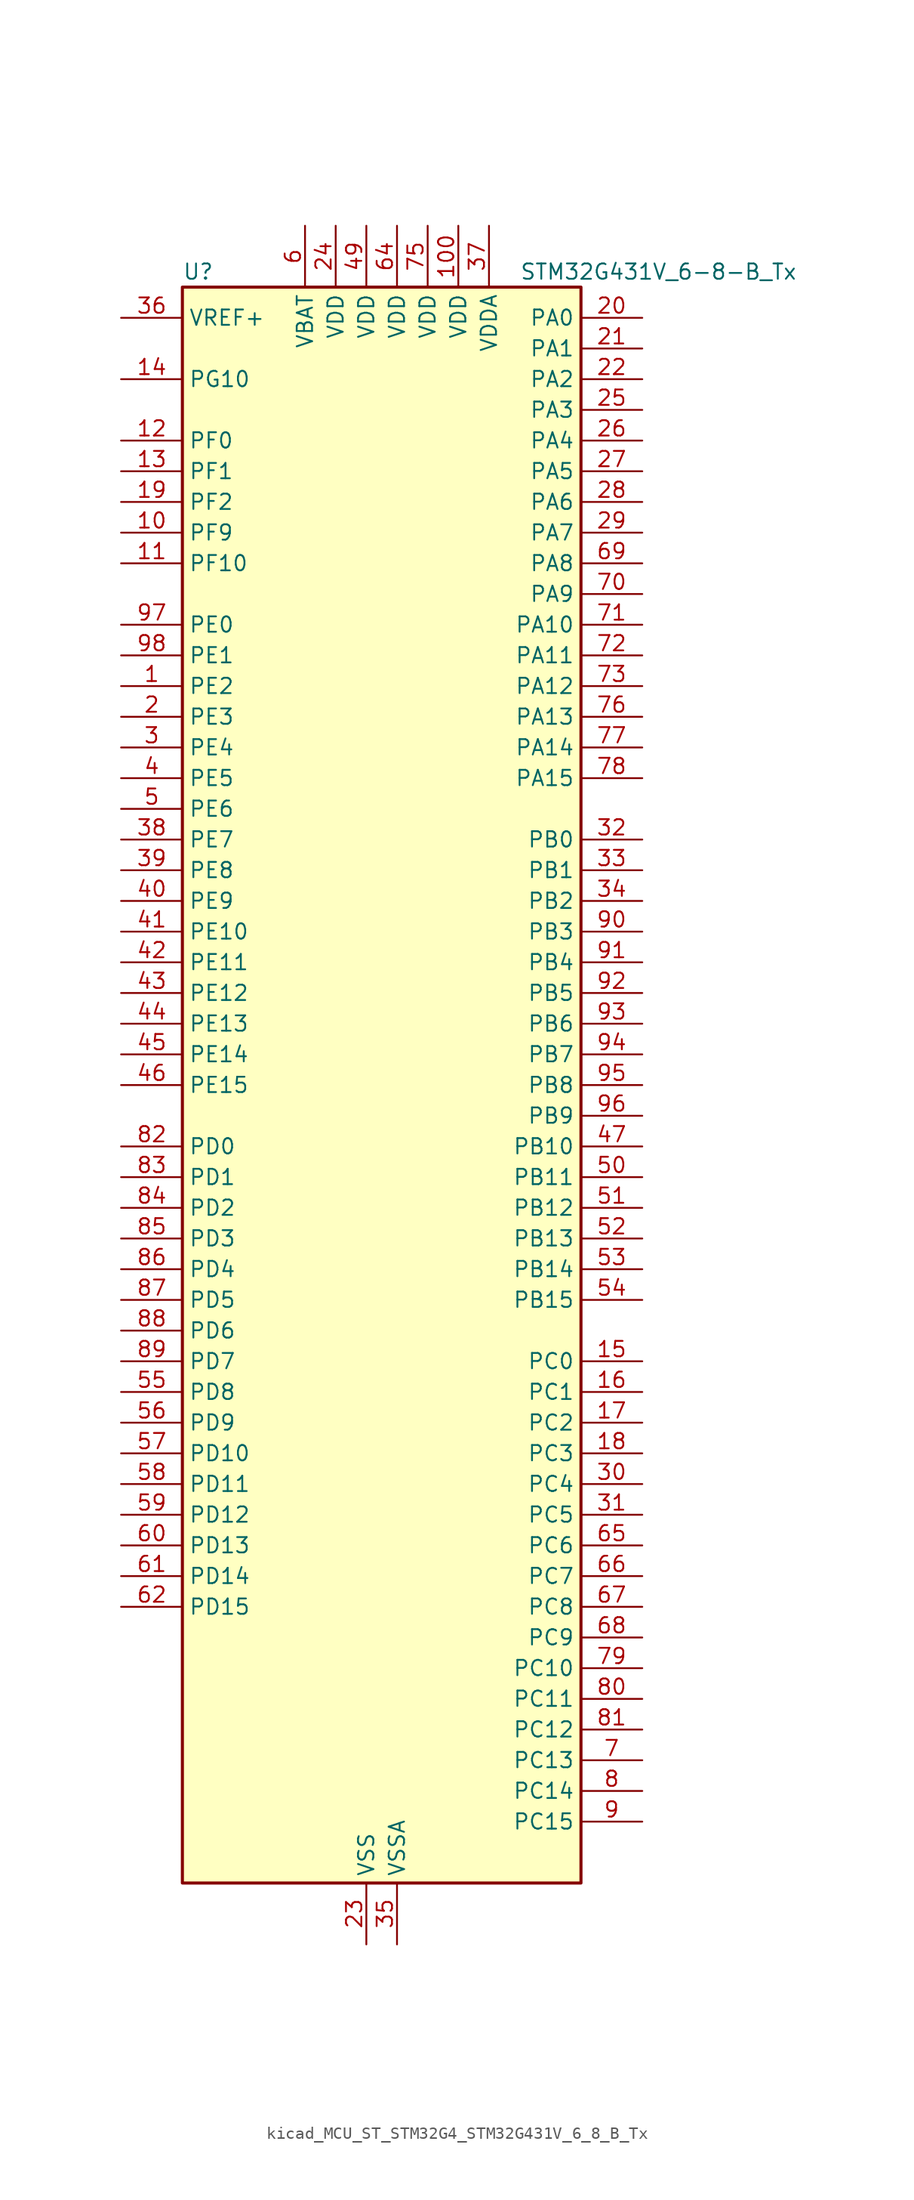
<source format=kicad_sym>
(kicad_symbol_lib
  (version 20220914)
  (generator kicad_symbol_editor)
  (symbol "kicad_MCU_ST_STM32G4_STM32G431V_6_8_B_Tx"
    (property "Reference" "U"
      (at -15.24 67.31 0)
      (effects (font (size 1.27 1.27)) (justify left)))
    (property "Value" "STM32G431V_6-8-B_Tx"
      (at 12.7 67.31 0)
      (effects (font (size 1.27 1.27)) (justify left)))
    (property "ki_locked" ""
      (at 0 0 0)
      (effects (font (size 1.27 1.27))))
    (symbol "kicad_MCU_ST_STM32G4_STM32G431V_6_8_B_Tx_0_1"
      (rectangle (start -15.24 -66.04) (end 17.78 66.04) (stroke (width 0.254) (type default)) (fill (type background))))
    (symbol "kicad_MCU_ST_STM32G4_STM32G431V_6_8_B_Tx_1_1"
      (pin bidirectional line (at -20.32 33.02 0) (length 5.08) (name "PE2" (effects (font (size 1.27 1.27)))) (number "1" (effects (font (size 1.27 1.27)))) (alternate "SAI1_CK1" bidirectional line) (alternate "SAI1_MCLK_A" bidirectional line) (alternate "SYS_TRACECLK" bidirectional line) (alternate "TIM3_CH1" bidirectional line))
      (pin bidirectional line (at -20.32 45.72 0) (length 5.08) (name "PF9" (effects (font (size 1.27 1.27)))) (number "10" (effects (font (size 1.27 1.27)))) (alternate "DAC1_EXTI9" bidirectional line) (alternate "DAC3_EXTI9" bidirectional line) (alternate "SAI1_FS_B" bidirectional line) (alternate "SPI2_SCK" bidirectional line) (alternate "TIM15_CH1" bidirectional line))
      (pin power_in line (at 7.62 71.12 270) (length 5.08) (name "VDD" (effects (font (size 1.27 1.27)))) (number "100" (effects (font (size 1.27 1.27)))))
      (pin bidirectional line (at -20.32 43.18 0) (length 5.08) (name "PF10" (effects (font (size 1.27 1.27)))) (number "11" (effects (font (size 1.27 1.27)))) (alternate "DAC1_EXTI10" bidirectional line) (alternate "DAC3_EXTI10" bidirectional line) (alternate "SAI1_D3" bidirectional line) (alternate "SPI2_SCK" bidirectional line) (alternate "TIM15_CH2" bidirectional line))
      (pin bidirectional line (at -20.32 53.34 0) (length 5.08) (name "PF0" (effects (font (size 1.27 1.27)))) (number "12" (effects (font (size 1.27 1.27)))) (alternate "ADC1_IN10" bidirectional line) (alternate "I2C2_SDA" bidirectional line) (alternate "I2S2_WS" bidirectional line) (alternate "RCC_OSC_IN" bidirectional line) (alternate "SPI2_NSS" bidirectional line) (alternate "TIM1_CH3N" bidirectional line))
      (pin bidirectional line (at -20.32 50.8 0) (length 5.08) (name "PF1" (effects (font (size 1.27 1.27)))) (number "13" (effects (font (size 1.27 1.27)))) (alternate "ADC2_IN10" bidirectional line) (alternate "COMP3_INM" bidirectional line) (alternate "I2S2_CK" bidirectional line) (alternate "RCC_OSC_OUT" bidirectional line) (alternate "SPI2_SCK" bidirectional line))
      (pin bidirectional line (at -20.32 58.42 0) (length 5.08) (name "PG10" (effects (font (size 1.27 1.27)))) (number "14" (effects (font (size 1.27 1.27)))) (alternate "DAC1_EXTI10" bidirectional line) (alternate "DAC3_EXTI10" bidirectional line) (alternate "RCC_MCO" bidirectional line))
      (pin bidirectional line (at 22.86 -22.86 180) (length 5.08) (name "PC0" (effects (font (size 1.27 1.27)))) (number "15" (effects (font (size 1.27 1.27)))) (alternate "ADC1_IN6" bidirectional line) (alternate "ADC2_IN6" bidirectional line) (alternate "COMP3_INM" bidirectional line) (alternate "LPTIM1_IN1" bidirectional line) (alternate "LPUART1_RX" bidirectional line) (alternate "TIM1_CH1" bidirectional line))
      (pin bidirectional line (at 22.86 -25.4 180) (length 5.08) (name "PC1" (effects (font (size 1.27 1.27)))) (number "16" (effects (font (size 1.27 1.27)))) (alternate "ADC1_IN7" bidirectional line) (alternate "ADC2_IN7" bidirectional line) (alternate "COMP3_INP" bidirectional line) (alternate "LPTIM1_OUT" bidirectional line) (alternate "LPUART1_TX" bidirectional line) (alternate "SAI1_SD_A" bidirectional line) (alternate "TIM1_CH2" bidirectional line))
      (pin bidirectional line (at 22.86 -27.94 180) (length 5.08) (name "PC2" (effects (font (size 1.27 1.27)))) (number "17" (effects (font (size 1.27 1.27)))) (alternate "ADC1_IN8" bidirectional line) (alternate "ADC2_IN8" bidirectional line) (alternate "COMP3_OUT" bidirectional line) (alternate "LPTIM1_IN2" bidirectional line) (alternate "TIM1_CH3" bidirectional line))
      (pin bidirectional line (at 22.86 -30.48 180) (length 5.08) (name "PC3" (effects (font (size 1.27 1.27)))) (number "18" (effects (font (size 1.27 1.27)))) (alternate "ADC1_IN9" bidirectional line) (alternate "ADC2_IN9" bidirectional line) (alternate "LPTIM1_ETR" bidirectional line) (alternate "SAI1_D1" bidirectional line) (alternate "SAI1_SD_A" bidirectional line) (alternate "TIM1_BKIN2" bidirectional line) (alternate "TIM1_CH4" bidirectional line))
      (pin bidirectional line (at -20.32 48.26 0) (length 5.08) (name "PF2" (effects (font (size 1.27 1.27)))) (number "19" (effects (font (size 1.27 1.27)))) (alternate "I2C2_SMBA" bidirectional line))
      (pin bidirectional line (at -20.32 30.48 0) (length 5.08) (name "PE3" (effects (font (size 1.27 1.27)))) (number "2" (effects (font (size 1.27 1.27)))) (alternate "SAI1_SD_B" bidirectional line) (alternate "SYS_TRACED0" bidirectional line) (alternate "TIM3_CH2" bidirectional line))
      (pin bidirectional line (at 22.86 63.5 180) (length 5.08) (name "PA0" (effects (font (size 1.27 1.27)))) (number "20" (effects (font (size 1.27 1.27)))) (alternate "ADC1_IN1" bidirectional line) (alternate "ADC2_IN1" bidirectional line) (alternate "COMP1_INM" bidirectional line) (alternate "COMP1_OUT" bidirectional line) (alternate "COMP3_INP" bidirectional line) (alternate "RTC_TAMP2" bidirectional line) (alternate "SYS_WKUP1" bidirectional line) (alternate "TIM2_CH1" bidirectional line) (alternate "TIM2_ETR" bidirectional line) (alternate "TIM8_BKIN" bidirectional line) (alternate "TIM8_ETR" bidirectional line) (alternate "USART2_CTS" bidirectional line) (alternate "USART2_NSS" bidirectional line))
      (pin bidirectional line (at 22.86 60.96 180) (length 5.08) (name "PA1" (effects (font (size 1.27 1.27)))) (number "21" (effects (font (size 1.27 1.27)))) (alternate "ADC1_IN2" bidirectional line) (alternate "ADC2_IN2" bidirectional line) (alternate "COMP1_INP" bidirectional line) (alternate "OPAMP1_VINP" bidirectional line) (alternate "OPAMP1_VINP_SEC" bidirectional line) (alternate "OPAMP3_VINP" bidirectional line) (alternate "OPAMP3_VINP_SEC" bidirectional line) (alternate "RTC_REFIN" bidirectional line) (alternate "TIM15_CH1N" bidirectional line) (alternate "TIM2_CH2" bidirectional line) (alternate "USART2_DE" bidirectional line) (alternate "USART2_RTS" bidirectional line))
      (pin bidirectional line (at 22.86 58.42 180) (length 5.08) (name "PA2" (effects (font (size 1.27 1.27)))) (number "22" (effects (font (size 1.27 1.27)))) (alternate "ADC1_IN3" bidirectional line) (alternate "COMP2_INM" bidirectional line) (alternate "COMP2_OUT" bidirectional line) (alternate "LPUART1_TX" bidirectional line) (alternate "OPAMP1_VOUT" bidirectional line) (alternate "RCC_LSCO" bidirectional line) (alternate "SYS_WKUP4" bidirectional line) (alternate "TIM15_CH1" bidirectional line) (alternate "TIM2_CH3" bidirectional line) (alternate "UCPD1_FRSTX1" bidirectional line) (alternate "UCPD1_FRSTX2" bidirectional line) (alternate "USART2_TX" bidirectional line))
      (pin power_in line (at 0 -71.12 90) (length 5.08) (name "VSS" (effects (font (size 1.27 1.27)))) (number "23" (effects (font (size 1.27 1.27)))))
      (pin power_in line (at -2.54 71.12 270) (length 5.08) (name "VDD" (effects (font (size 1.27 1.27)))) (number "24" (effects (font (size 1.27 1.27)))))
      (pin bidirectional line (at 22.86 55.88 180) (length 5.08) (name "PA3" (effects (font (size 1.27 1.27)))) (number "25" (effects (font (size 1.27 1.27)))) (alternate "ADC1_IN4" bidirectional line) (alternate "COMP2_INP" bidirectional line) (alternate "LPUART1_RX" bidirectional line) (alternate "OPAMP1_VINM" bidirectional line) (alternate "OPAMP1_VINM0" bidirectional line) (alternate "OPAMP1_VINM_SEC" bidirectional line) (alternate "OPAMP1_VINP" bidirectional line) (alternate "OPAMP1_VINP_SEC" bidirectional line) (alternate "SAI1_CK1" bidirectional line) (alternate "SAI1_MCLK_A" bidirectional line) (alternate "TIM15_CH2" bidirectional line) (alternate "TIM2_CH4" bidirectional line) (alternate "USART2_RX" bidirectional line))
      (pin bidirectional line (at 22.86 53.34 180) (length 5.08) (name "PA4" (effects (font (size 1.27 1.27)))) (number "26" (effects (font (size 1.27 1.27)))) (alternate "ADC2_IN17" bidirectional line) (alternate "COMP1_INM" bidirectional line) (alternate "DAC1_OUT1" bidirectional line) (alternate "I2S3_WS" bidirectional line) (alternate "SAI1_FS_B" bidirectional line) (alternate "SPI1_NSS" bidirectional line) (alternate "SPI3_NSS" bidirectional line) (alternate "TIM3_CH2" bidirectional line) (alternate "USART2_CK" bidirectional line))
      (pin bidirectional line (at 22.86 50.8 180) (length 5.08) (name "PA5" (effects (font (size 1.27 1.27)))) (number "27" (effects (font (size 1.27 1.27)))) (alternate "ADC2_IN13" bidirectional line) (alternate "COMP2_INM" bidirectional line) (alternate "DAC1_OUT2" bidirectional line) (alternate "OPAMP2_VINM" bidirectional line) (alternate "OPAMP2_VINM0" bidirectional line) (alternate "OPAMP2_VINM_SEC" bidirectional line) (alternate "SPI1_SCK" bidirectional line) (alternate "TIM2_CH1" bidirectional line) (alternate "TIM2_ETR" bidirectional line) (alternate "UCPD1_FRSTX1" bidirectional line) (alternate "UCPD1_FRSTX2" bidirectional line))
      (pin bidirectional line (at 22.86 48.26 180) (length 5.08) (name "PA6" (effects (font (size 1.27 1.27)))) (number "28" (effects (font (size 1.27 1.27)))) (alternate "ADC2_IN3" bidirectional line) (alternate "COMP1_OUT" bidirectional line) (alternate "LPUART1_CTS" bidirectional line) (alternate "OPAMP2_VOUT" bidirectional line) (alternate "SPI1_MISO" bidirectional line) (alternate "TIM16_CH1" bidirectional line) (alternate "TIM1_BKIN" bidirectional line) (alternate "TIM3_CH1" bidirectional line) (alternate "TIM8_BKIN" bidirectional line))
      (pin bidirectional line (at 22.86 45.72 180) (length 5.08) (name "PA7" (effects (font (size 1.27 1.27)))) (number "29" (effects (font (size 1.27 1.27)))) (alternate "ADC2_IN4" bidirectional line) (alternate "COMP2_INP" bidirectional line) (alternate "COMP2_OUT" bidirectional line) (alternate "OPAMP1_VINP" bidirectional line) (alternate "OPAMP1_VINP_SEC" bidirectional line) (alternate "OPAMP2_VINP" bidirectional line) (alternate "OPAMP2_VINP_SEC" bidirectional line) (alternate "SPI1_MOSI" bidirectional line) (alternate "TIM17_CH1" bidirectional line) (alternate "TIM1_CH1N" bidirectional line) (alternate "TIM3_CH2" bidirectional line) (alternate "TIM8_CH1N" bidirectional line) (alternate "UCPD1_FRSTX1" bidirectional line) (alternate "UCPD1_FRSTX2" bidirectional line))
      (pin bidirectional line (at -20.32 27.94 0) (length 5.08) (name "PE4" (effects (font (size 1.27 1.27)))) (number "3" (effects (font (size 1.27 1.27)))) (alternate "SAI1_D2" bidirectional line) (alternate "SAI1_FS_A" bidirectional line) (alternate "SYS_TRACED1" bidirectional line) (alternate "TIM3_CH3" bidirectional line))
      (pin bidirectional line (at 22.86 -33.02 180) (length 5.08) (name "PC4" (effects (font (size 1.27 1.27)))) (number "30" (effects (font (size 1.27 1.27)))) (alternate "ADC2_IN5" bidirectional line) (alternate "I2C2_SCL" bidirectional line) (alternate "TIM1_ETR" bidirectional line) (alternate "USART1_TX" bidirectional line))
      (pin bidirectional line (at 22.86 -35.56 180) (length 5.08) (name "PC5" (effects (font (size 1.27 1.27)))) (number "31" (effects (font (size 1.27 1.27)))) (alternate "ADC2_IN11" bidirectional line) (alternate "OPAMP1_VINM" bidirectional line) (alternate "OPAMP1_VINM1" bidirectional line) (alternate "OPAMP1_VINM_SEC" bidirectional line) (alternate "OPAMP2_VINM" bidirectional line) (alternate "OPAMP2_VINM1" bidirectional line) (alternate "OPAMP2_VINM_SEC" bidirectional line) (alternate "SAI1_D3" bidirectional line) (alternate "SYS_WKUP5" bidirectional line) (alternate "TIM15_BKIN" bidirectional line) (alternate "TIM1_CH4N" bidirectional line) (alternate "USART1_RX" bidirectional line))
      (pin bidirectional line (at 22.86 20.32 180) (length 5.08) (name "PB0" (effects (font (size 1.27 1.27)))) (number "32" (effects (font (size 1.27 1.27)))) (alternate "ADC1_IN15" bidirectional line) (alternate "COMP4_INP" bidirectional line) (alternate "OPAMP2_VINP" bidirectional line) (alternate "OPAMP2_VINP_SEC" bidirectional line) (alternate "OPAMP3_VINP" bidirectional line) (alternate "OPAMP3_VINP_SEC" bidirectional line) (alternate "TIM1_CH2N" bidirectional line) (alternate "TIM3_CH3" bidirectional line) (alternate "TIM8_CH2N" bidirectional line) (alternate "UCPD1_FRSTX1" bidirectional line) (alternate "UCPD1_FRSTX2" bidirectional line))
      (pin bidirectional line (at 22.86 17.78 180) (length 5.08) (name "PB1" (effects (font (size 1.27 1.27)))) (number "33" (effects (font (size 1.27 1.27)))) (alternate "ADC1_IN12" bidirectional line) (alternate "COMP1_INP" bidirectional line) (alternate "COMP4_OUT" bidirectional line) (alternate "LPUART1_DE" bidirectional line) (alternate "LPUART1_RTS" bidirectional line) (alternate "OPAMP3_VOUT" bidirectional line) (alternate "TIM1_CH3N" bidirectional line) (alternate "TIM3_CH4" bidirectional line) (alternate "TIM8_CH3N" bidirectional line))
      (pin bidirectional line (at 22.86 15.24 180) (length 5.08) (name "PB2" (effects (font (size 1.27 1.27)))) (number "34" (effects (font (size 1.27 1.27)))) (alternate "ADC2_IN12" bidirectional line) (alternate "COMP4_INM" bidirectional line) (alternate "I2C3_SMBA" bidirectional line) (alternate "LPTIM1_OUT" bidirectional line) (alternate "OPAMP3_VINM" bidirectional line) (alternate "OPAMP3_VINM0" bidirectional line) (alternate "OPAMP3_VINM_SEC" bidirectional line) (alternate "RTC_OUT2" bidirectional line))
      (pin power_in line (at 2.54 -71.12 90) (length 5.08) (name "VSSA" (effects (font (size 1.27 1.27)))) (number "35" (effects (font (size 1.27 1.27)))))
      (pin input line (at -20.32 63.5 0) (length 5.08) (name "VREF+" (effects (font (size 1.27 1.27)))) (number "36" (effects (font (size 1.27 1.27)))) (alternate "VREFBUF_OUT" bidirectional line))
      (pin power_in line (at 10.16 71.12 270) (length 5.08) (name "VDDA" (effects (font (size 1.27 1.27)))) (number "37" (effects (font (size 1.27 1.27)))))
      (pin bidirectional line (at -20.32 20.32 0) (length 5.08) (name "PE7" (effects (font (size 1.27 1.27)))) (number "38" (effects (font (size 1.27 1.27)))) (alternate "COMP4_INP" bidirectional line) (alternate "SAI1_SD_B" bidirectional line) (alternate "TIM1_ETR" bidirectional line))
      (pin bidirectional line (at -20.32 17.78 0) (length 5.08) (name "PE8" (effects (font (size 1.27 1.27)))) (number "39" (effects (font (size 1.27 1.27)))) (alternate "COMP4_INM" bidirectional line) (alternate "SAI1_SCK_B" bidirectional line) (alternate "TIM1_CH1N" bidirectional line))
      (pin bidirectional line (at -20.32 25.4 0) (length 5.08) (name "PE5" (effects (font (size 1.27 1.27)))) (number "4" (effects (font (size 1.27 1.27)))) (alternate "SAI1_CK2" bidirectional line) (alternate "SAI1_SCK_A" bidirectional line) (alternate "SYS_TRACED2" bidirectional line) (alternate "TIM3_CH4" bidirectional line))
      (pin bidirectional line (at -20.32 15.24 0) (length 5.08) (name "PE9" (effects (font (size 1.27 1.27)))) (number "40" (effects (font (size 1.27 1.27)))) (alternate "DAC1_EXTI9" bidirectional line) (alternate "DAC3_EXTI9" bidirectional line) (alternate "SAI1_FS_B" bidirectional line) (alternate "TIM1_CH1" bidirectional line))
      (pin bidirectional line (at -20.32 12.7 0) (length 5.08) (name "PE10" (effects (font (size 1.27 1.27)))) (number "41" (effects (font (size 1.27 1.27)))) (alternate "DAC1_EXTI10" bidirectional line) (alternate "DAC3_EXTI10" bidirectional line) (alternate "SAI1_MCLK_B" bidirectional line) (alternate "TIM1_CH2N" bidirectional line))
      (pin bidirectional line (at -20.32 10.16 0) (length 5.08) (name "PE11" (effects (font (size 1.27 1.27)))) (number "42" (effects (font (size 1.27 1.27)))) (alternate "ADC1_EXTI11" bidirectional line) (alternate "ADC2_EXTI11" bidirectional line) (alternate "TIM1_CH2" bidirectional line))
      (pin bidirectional line (at -20.32 7.62 0) (length 5.08) (name "PE12" (effects (font (size 1.27 1.27)))) (number "43" (effects (font (size 1.27 1.27)))) (alternate "TIM1_CH3N" bidirectional line))
      (pin bidirectional line (at -20.32 5.08 0) (length 5.08) (name "PE13" (effects (font (size 1.27 1.27)))) (number "44" (effects (font (size 1.27 1.27)))) (alternate "TIM1_CH3" bidirectional line))
      (pin bidirectional line (at -20.32 2.54 0) (length 5.08) (name "PE14" (effects (font (size 1.27 1.27)))) (number "45" (effects (font (size 1.27 1.27)))) (alternate "TIM1_BKIN2" bidirectional line) (alternate "TIM1_CH4" bidirectional line))
      (pin bidirectional line (at -20.32 0 0) (length 5.08) (name "PE15" (effects (font (size 1.27 1.27)))) (number "46" (effects (font (size 1.27 1.27)))) (alternate "ADC1_EXTI15" bidirectional line) (alternate "ADC2_EXTI15" bidirectional line) (alternate "TIM1_BKIN" bidirectional line) (alternate "TIM1_CH4N" bidirectional line) (alternate "USART3_RX" bidirectional line))
      (pin bidirectional line (at 22.86 -5.08 180) (length 5.08) (name "PB10" (effects (font (size 1.27 1.27)))) (number "47" (effects (font (size 1.27 1.27)))) (alternate "DAC1_EXTI10" bidirectional line) (alternate "DAC3_EXTI10" bidirectional line) (alternate "LPUART1_RX" bidirectional line) (alternate "OPAMP3_VINM" bidirectional line) (alternate "OPAMP3_VINM1" bidirectional line) (alternate "OPAMP3_VINM_SEC" bidirectional line) (alternate "SAI1_SCK_A" bidirectional line) (alternate "TIM1_BKIN" bidirectional line) (alternate "TIM2_CH3" bidirectional line) (alternate "USART3_TX" bidirectional line))
      (pin passive line (at 0 -71.12 90) (length 5.08) hide (name "VSS" (effects (font (size 1.27 1.27)))) (number "48" (effects (font (size 1.27 1.27)))))
      (pin power_in line (at 0 71.12 270) (length 5.08) (name "VDD" (effects (font (size 1.27 1.27)))) (number "49" (effects (font (size 1.27 1.27)))))
      (pin bidirectional line (at -20.32 22.86 0) (length 5.08) (name "PE6" (effects (font (size 1.27 1.27)))) (number "5" (effects (font (size 1.27 1.27)))) (alternate "RTC_TAMP3" bidirectional line) (alternate "SAI1_D1" bidirectional line) (alternate "SAI1_SD_A" bidirectional line) (alternate "SYS_TRACED3" bidirectional line) (alternate "SYS_WKUP3" bidirectional line))
      (pin bidirectional line (at 22.86 -7.62 180) (length 5.08) (name "PB11" (effects (font (size 1.27 1.27)))) (number "50" (effects (font (size 1.27 1.27)))) (alternate "ADC1_EXTI11" bidirectional line) (alternate "ADC1_IN14" bidirectional line) (alternate "ADC2_EXTI11" bidirectional line) (alternate "ADC2_IN14" bidirectional line) (alternate "LPUART1_TX" bidirectional line) (alternate "TIM2_CH4" bidirectional line) (alternate "USART3_RX" bidirectional line))
      (pin bidirectional line (at 22.86 -10.16 180) (length 5.08) (name "PB12" (effects (font (size 1.27 1.27)))) (number "51" (effects (font (size 1.27 1.27)))) (alternate "ADC1_IN11" bidirectional line) (alternate "I2C2_SMBA" bidirectional line) (alternate "I2S2_WS" bidirectional line) (alternate "LPUART1_DE" bidirectional line) (alternate "LPUART1_RTS" bidirectional line) (alternate "SPI2_NSS" bidirectional line) (alternate "TIM1_BKIN" bidirectional line) (alternate "USART3_CK" bidirectional line))
      (pin bidirectional line (at 22.86 -12.7 180) (length 5.08) (name "PB13" (effects (font (size 1.27 1.27)))) (number "52" (effects (font (size 1.27 1.27)))) (alternate "I2S2_CK" bidirectional line) (alternate "LPUART1_CTS" bidirectional line) (alternate "OPAMP3_VINP" bidirectional line) (alternate "OPAMP3_VINP_SEC" bidirectional line) (alternate "SPI2_SCK" bidirectional line) (alternate "TIM1_CH1N" bidirectional line) (alternate "USART3_CTS" bidirectional line) (alternate "USART3_NSS" bidirectional line))
      (pin bidirectional line (at 22.86 -15.24 180) (length 5.08) (name "PB14" (effects (font (size 1.27 1.27)))) (number "53" (effects (font (size 1.27 1.27)))) (alternate "ADC1_IN5" bidirectional line) (alternate "COMP4_OUT" bidirectional line) (alternate "OPAMP2_VINP" bidirectional line) (alternate "OPAMP2_VINP_SEC" bidirectional line) (alternate "SPI2_MISO" bidirectional line) (alternate "TIM15_CH1" bidirectional line) (alternate "TIM1_CH2N" bidirectional line) (alternate "USART3_DE" bidirectional line) (alternate "USART3_RTS" bidirectional line))
      (pin bidirectional line (at 22.86 -17.78 180) (length 5.08) (name "PB15" (effects (font (size 1.27 1.27)))) (number "54" (effects (font (size 1.27 1.27)))) (alternate "ADC1_EXTI15" bidirectional line) (alternate "ADC2_EXTI15" bidirectional line) (alternate "ADC2_IN15" bidirectional line) (alternate "COMP3_OUT" bidirectional line) (alternate "I2S2_SD" bidirectional line) (alternate "RTC_REFIN" bidirectional line) (alternate "SPI2_MOSI" bidirectional line) (alternate "TIM15_CH1N" bidirectional line) (alternate "TIM15_CH2" bidirectional line) (alternate "TIM1_CH3N" bidirectional line))
      (pin bidirectional line (at -20.32 -25.4 0) (length 5.08) (name "PD8" (effects (font (size 1.27 1.27)))) (number "55" (effects (font (size 1.27 1.27)))) (alternate "USART3_TX" bidirectional line))
      (pin bidirectional line (at -20.32 -27.94 0) (length 5.08) (name "PD9" (effects (font (size 1.27 1.27)))) (number "56" (effects (font (size 1.27 1.27)))) (alternate "DAC1_EXTI9" bidirectional line) (alternate "DAC3_EXTI9" bidirectional line) (alternate "USART3_RX" bidirectional line))
      (pin bidirectional line (at -20.32 -30.48 0) (length 5.08) (name "PD10" (effects (font (size 1.27 1.27)))) (number "57" (effects (font (size 1.27 1.27)))) (alternate "DAC1_EXTI10" bidirectional line) (alternate "DAC3_EXTI10" bidirectional line) (alternate "USART3_CK" bidirectional line))
      (pin bidirectional line (at -20.32 -33.02 0) (length 5.08) (name "PD11" (effects (font (size 1.27 1.27)))) (number "58" (effects (font (size 1.27 1.27)))) (alternate "ADC1_EXTI11" bidirectional line) (alternate "ADC2_EXTI11" bidirectional line) (alternate "USART3_CTS" bidirectional line) (alternate "USART3_NSS" bidirectional line))
      (pin bidirectional line (at -20.32 -35.56 0) (length 5.08) (name "PD12" (effects (font (size 1.27 1.27)))) (number "59" (effects (font (size 1.27 1.27)))) (alternate "TIM4_CH1" bidirectional line) (alternate "USART3_DE" bidirectional line) (alternate "USART3_RTS" bidirectional line))
      (pin power_in line (at -5.08 71.12 270) (length 5.08) (name "VBAT" (effects (font (size 1.27 1.27)))) (number "6" (effects (font (size 1.27 1.27)))))
      (pin bidirectional line (at -20.32 -38.1 0) (length 5.08) (name "PD13" (effects (font (size 1.27 1.27)))) (number "60" (effects (font (size 1.27 1.27)))) (alternate "TIM4_CH2" bidirectional line))
      (pin bidirectional line (at -20.32 -40.64 0) (length 5.08) (name "PD14" (effects (font (size 1.27 1.27)))) (number "61" (effects (font (size 1.27 1.27)))) (alternate "OPAMP2_VINP" bidirectional line) (alternate "OPAMP2_VINP_SEC" bidirectional line) (alternate "TIM4_CH3" bidirectional line))
      (pin bidirectional line (at -20.32 -43.18 0) (length 5.08) (name "PD15" (effects (font (size 1.27 1.27)))) (number "62" (effects (font (size 1.27 1.27)))) (alternate "ADC1_EXTI15" bidirectional line) (alternate "ADC2_EXTI15" bidirectional line) (alternate "SPI2_NSS" bidirectional line) (alternate "TIM4_CH4" bidirectional line))
      (pin passive line (at 0 -71.12 90) (length 5.08) hide (name "VSS" (effects (font (size 1.27 1.27)))) (number "63" (effects (font (size 1.27 1.27)))))
      (pin power_in line (at 2.54 71.12 270) (length 5.08) (name "VDD" (effects (font (size 1.27 1.27)))) (number "64" (effects (font (size 1.27 1.27)))))
      (pin bidirectional line (at 22.86 -38.1 180) (length 5.08) (name "PC6" (effects (font (size 1.27 1.27)))) (number "65" (effects (font (size 1.27 1.27)))) (alternate "I2S2_MCK" bidirectional line) (alternate "TIM3_CH1" bidirectional line) (alternate "TIM8_CH1" bidirectional line))
      (pin bidirectional line (at 22.86 -40.64 180) (length 5.08) (name "PC7" (effects (font (size 1.27 1.27)))) (number "66" (effects (font (size 1.27 1.27)))) (alternate "I2S3_MCK" bidirectional line) (alternate "TIM3_CH2" bidirectional line) (alternate "TIM8_CH2" bidirectional line))
      (pin bidirectional line (at 22.86 -43.18 180) (length 5.08) (name "PC8" (effects (font (size 1.27 1.27)))) (number "67" (effects (font (size 1.27 1.27)))) (alternate "I2C3_SCL" bidirectional line) (alternate "TIM3_CH3" bidirectional line) (alternate "TIM8_CH3" bidirectional line))
      (pin bidirectional line (at 22.86 -45.72 180) (length 5.08) (name "PC9" (effects (font (size 1.27 1.27)))) (number "68" (effects (font (size 1.27 1.27)))) (alternate "DAC1_EXTI9" bidirectional line) (alternate "DAC3_EXTI9" bidirectional line) (alternate "I2C3_SDA" bidirectional line) (alternate "I2S_CKIN" bidirectional line) (alternate "TIM3_CH4" bidirectional line) (alternate "TIM8_BKIN2" bidirectional line) (alternate "TIM8_CH4" bidirectional line))
      (pin bidirectional line (at 22.86 43.18 180) (length 5.08) (name "PA8" (effects (font (size 1.27 1.27)))) (number "69" (effects (font (size 1.27 1.27)))) (alternate "I2C2_SDA" bidirectional line) (alternate "I2C3_SCL" bidirectional line) (alternate "I2S2_MCK" bidirectional line) (alternate "RCC_MCO" bidirectional line) (alternate "SAI1_CK2" bidirectional line) (alternate "SAI1_SCK_A" bidirectional line) (alternate "TIM1_CH1" bidirectional line) (alternate "TIM4_ETR" bidirectional line) (alternate "USART1_CK" bidirectional line))
      (pin bidirectional line (at 22.86 -55.88 180) (length 5.08) (name "PC13" (effects (font (size 1.27 1.27)))) (number "7" (effects (font (size 1.27 1.27)))) (alternate "RTC_OUT1" bidirectional line) (alternate "RTC_TAMP1" bidirectional line) (alternate "RTC_TS" bidirectional line) (alternate "SYS_WKUP2" bidirectional line) (alternate "TIM1_BKIN" bidirectional line) (alternate "TIM1_CH1N" bidirectional line) (alternate "TIM8_CH4N" bidirectional line))
      (pin bidirectional line (at 22.86 40.64 180) (length 5.08) (name "PA9" (effects (font (size 1.27 1.27)))) (number "70" (effects (font (size 1.27 1.27)))) (alternate "DAC1_EXTI9" bidirectional line) (alternate "DAC3_EXTI9" bidirectional line) (alternate "I2C2_SCL" bidirectional line) (alternate "I2C3_SMBA" bidirectional line) (alternate "I2S3_MCK" bidirectional line) (alternate "SAI1_FS_A" bidirectional line) (alternate "TIM15_BKIN" bidirectional line) (alternate "TIM1_CH2" bidirectional line) (alternate "TIM2_CH3" bidirectional line) (alternate "UCPD1_DBCC1" bidirectional line) (alternate "USART1_TX" bidirectional line))
      (pin bidirectional line (at 22.86 38.1 180) (length 5.08) (name "PA10" (effects (font (size 1.27 1.27)))) (number "71" (effects (font (size 1.27 1.27)))) (alternate "CRS_SYNC" bidirectional line) (alternate "DAC1_EXTI10" bidirectional line) (alternate "DAC3_EXTI10" bidirectional line) (alternate "I2C2_SMBA" bidirectional line) (alternate "SAI1_D1" bidirectional line) (alternate "SAI1_SD_A" bidirectional line) (alternate "SPI2_MISO" bidirectional line) (alternate "TIM17_BKIN" bidirectional line) (alternate "TIM1_CH3" bidirectional line) (alternate "TIM2_CH4" bidirectional line) (alternate "TIM8_BKIN" bidirectional line) (alternate "UCPD1_DBCC2" bidirectional line) (alternate "USART1_RX" bidirectional line))
      (pin bidirectional line (at 22.86 35.56 180) (length 5.08) (name "PA11" (effects (font (size 1.27 1.27)))) (number "72" (effects (font (size 1.27 1.27)))) (alternate "ADC1_EXTI11" bidirectional line) (alternate "ADC2_EXTI11" bidirectional line) (alternate "COMP1_OUT" bidirectional line) (alternate "FDCAN1_RX" bidirectional line) (alternate "I2S2_SD" bidirectional line) (alternate "SPI2_MOSI" bidirectional line) (alternate "TIM1_BKIN2" bidirectional line) (alternate "TIM1_CH1N" bidirectional line) (alternate "TIM1_CH4" bidirectional line) (alternate "TIM4_CH1" bidirectional line) (alternate "USART1_CTS" bidirectional line) (alternate "USART1_NSS" bidirectional line) (alternate "USB_DM" bidirectional line))
      (pin bidirectional line (at 22.86 33.02 180) (length 5.08) (name "PA12" (effects (font (size 1.27 1.27)))) (number "73" (effects (font (size 1.27 1.27)))) (alternate "COMP2_OUT" bidirectional line) (alternate "FDCAN1_TX" bidirectional line) (alternate "I2S_CKIN" bidirectional line) (alternate "TIM16_CH1" bidirectional line) (alternate "TIM1_CH2N" bidirectional line) (alternate "TIM1_ETR" bidirectional line) (alternate "TIM4_CH2" bidirectional line) (alternate "USART1_DE" bidirectional line) (alternate "USART1_RTS" bidirectional line) (alternate "USB_DP" bidirectional line))
      (pin passive line (at 0 -71.12 90) (length 5.08) hide (name "VSS" (effects (font (size 1.27 1.27)))) (number "74" (effects (font (size 1.27 1.27)))))
      (pin power_in line (at 5.08 71.12 270) (length 5.08) (name "VDD" (effects (font (size 1.27 1.27)))) (number "75" (effects (font (size 1.27 1.27)))))
      (pin bidirectional line (at 22.86 30.48 180) (length 5.08) (name "PA13" (effects (font (size 1.27 1.27)))) (number "76" (effects (font (size 1.27 1.27)))) (alternate "I2C1_SCL" bidirectional line) (alternate "IR_OUT" bidirectional line) (alternate "SAI1_SD_B" bidirectional line) (alternate "SYS_JTMS-SWDIO" bidirectional line) (alternate "TIM16_CH1N" bidirectional line) (alternate "TIM4_CH3" bidirectional line) (alternate "USART3_CTS" bidirectional line) (alternate "USART3_NSS" bidirectional line))
      (pin bidirectional line (at 22.86 27.94 180) (length 5.08) (name "PA14" (effects (font (size 1.27 1.27)))) (number "77" (effects (font (size 1.27 1.27)))) (alternate "I2C1_SDA" bidirectional line) (alternate "LPTIM1_OUT" bidirectional line) (alternate "SAI1_FS_B" bidirectional line) (alternate "SYS_JTCK-SWCLK" bidirectional line) (alternate "TIM1_BKIN" bidirectional line) (alternate "TIM8_CH2" bidirectional line) (alternate "USART2_TX" bidirectional line))
      (pin bidirectional line (at 22.86 25.4 180) (length 5.08) (name "PA15" (effects (font (size 1.27 1.27)))) (number "78" (effects (font (size 1.27 1.27)))) (alternate "ADC1_EXTI15" bidirectional line) (alternate "ADC2_EXTI15" bidirectional line) (alternate "I2C1_SCL" bidirectional line) (alternate "I2S3_WS" bidirectional line) (alternate "SPI1_NSS" bidirectional line) (alternate "SPI3_NSS" bidirectional line) (alternate "SYS_JTDI" bidirectional line) (alternate "TIM1_BKIN" bidirectional line) (alternate "TIM2_CH1" bidirectional line) (alternate "TIM2_ETR" bidirectional line) (alternate "TIM8_CH1" bidirectional line) (alternate "UART4_DE" bidirectional line) (alternate "UART4_RTS" bidirectional line) (alternate "USART2_RX" bidirectional line))
      (pin bidirectional line (at 22.86 -48.26 180) (length 5.08) (name "PC10" (effects (font (size 1.27 1.27)))) (number "79" (effects (font (size 1.27 1.27)))) (alternate "DAC1_EXTI10" bidirectional line) (alternate "DAC3_EXTI10" bidirectional line) (alternate "I2S3_CK" bidirectional line) (alternate "SPI3_SCK" bidirectional line) (alternate "TIM8_CH1N" bidirectional line) (alternate "UART4_TX" bidirectional line) (alternate "USART3_TX" bidirectional line))
      (pin bidirectional line (at 22.86 -58.42 180) (length 5.08) (name "PC14" (effects (font (size 1.27 1.27)))) (number "8" (effects (font (size 1.27 1.27)))) (alternate "RCC_OSC32_IN" bidirectional line))
      (pin bidirectional line (at 22.86 -50.8 180) (length 5.08) (name "PC11" (effects (font (size 1.27 1.27)))) (number "80" (effects (font (size 1.27 1.27)))) (alternate "ADC1_EXTI11" bidirectional line) (alternate "ADC2_EXTI11" bidirectional line) (alternate "I2C3_SDA" bidirectional line) (alternate "SPI3_MISO" bidirectional line) (alternate "TIM8_CH2N" bidirectional line) (alternate "UART4_RX" bidirectional line) (alternate "USART3_RX" bidirectional line))
      (pin bidirectional line (at 22.86 -53.34 180) (length 5.08) (name "PC12" (effects (font (size 1.27 1.27)))) (number "81" (effects (font (size 1.27 1.27)))) (alternate "I2S3_SD" bidirectional line) (alternate "SPI3_MOSI" bidirectional line) (alternate "TIM8_CH3N" bidirectional line) (alternate "UCPD1_FRSTX1" bidirectional line) (alternate "UCPD1_FRSTX2" bidirectional line) (alternate "USART3_CK" bidirectional line))
      (pin bidirectional line (at -20.32 -5.08 0) (length 5.08) (name "PD0" (effects (font (size 1.27 1.27)))) (number "82" (effects (font (size 1.27 1.27)))) (alternate "FDCAN1_RX" bidirectional line) (alternate "TIM8_CH4N" bidirectional line))
      (pin bidirectional line (at -20.32 -7.62 0) (length 5.08) (name "PD1" (effects (font (size 1.27 1.27)))) (number "83" (effects (font (size 1.27 1.27)))) (alternate "FDCAN1_TX" bidirectional line) (alternate "TIM8_BKIN2" bidirectional line) (alternate "TIM8_CH4" bidirectional line))
      (pin bidirectional line (at -20.32 -10.16 0) (length 5.08) (name "PD2" (effects (font (size 1.27 1.27)))) (number "84" (effects (font (size 1.27 1.27)))) (alternate "TIM3_ETR" bidirectional line) (alternate "TIM8_BKIN" bidirectional line))
      (pin bidirectional line (at -20.32 -12.7 0) (length 5.08) (name "PD3" (effects (font (size 1.27 1.27)))) (number "85" (effects (font (size 1.27 1.27)))) (alternate "TIM2_CH1" bidirectional line) (alternate "TIM2_ETR" bidirectional line) (alternate "USART2_CTS" bidirectional line) (alternate "USART2_NSS" bidirectional line))
      (pin bidirectional line (at -20.32 -15.24 0) (length 5.08) (name "PD4" (effects (font (size 1.27 1.27)))) (number "86" (effects (font (size 1.27 1.27)))) (alternate "TIM2_CH2" bidirectional line) (alternate "USART2_DE" bidirectional line) (alternate "USART2_RTS" bidirectional line))
      (pin bidirectional line (at -20.32 -17.78 0) (length 5.08) (name "PD5" (effects (font (size 1.27 1.27)))) (number "87" (effects (font (size 1.27 1.27)))) (alternate "USART2_TX" bidirectional line))
      (pin bidirectional line (at -20.32 -20.32 0) (length 5.08) (name "PD6" (effects (font (size 1.27 1.27)))) (number "88" (effects (font (size 1.27 1.27)))) (alternate "SAI1_D1" bidirectional line) (alternate "SAI1_SD_A" bidirectional line) (alternate "TIM2_CH4" bidirectional line) (alternate "USART2_RX" bidirectional line))
      (pin bidirectional line (at -20.32 -22.86 0) (length 5.08) (name "PD7" (effects (font (size 1.27 1.27)))) (number "89" (effects (font (size 1.27 1.27)))) (alternate "TIM2_CH3" bidirectional line) (alternate "USART2_CK" bidirectional line))
      (pin bidirectional line (at 22.86 -60.96 180) (length 5.08) (name "PC15" (effects (font (size 1.27 1.27)))) (number "9" (effects (font (size 1.27 1.27)))) (alternate "ADC1_EXTI15" bidirectional line) (alternate "ADC2_EXTI15" bidirectional line) (alternate "RCC_OSC32_OUT" bidirectional line))
      (pin bidirectional line (at 22.86 12.7 180) (length 5.08) (name "PB3" (effects (font (size 1.27 1.27)))) (number "90" (effects (font (size 1.27 1.27)))) (alternate "CRS_SYNC" bidirectional line) (alternate "I2S3_CK" bidirectional line) (alternate "SAI1_SCK_B" bidirectional line) (alternate "SPI1_SCK" bidirectional line) (alternate "SPI3_SCK" bidirectional line) (alternate "SYS_JTDO-SWO" bidirectional line) (alternate "TIM2_CH2" bidirectional line) (alternate "TIM3_ETR" bidirectional line) (alternate "TIM4_ETR" bidirectional line) (alternate "TIM8_CH1N" bidirectional line) (alternate "USART2_TX" bidirectional line))
      (pin bidirectional line (at 22.86 10.16 180) (length 5.08) (name "PB4" (effects (font (size 1.27 1.27)))) (number "91" (effects (font (size 1.27 1.27)))) (alternate "SAI1_MCLK_B" bidirectional line) (alternate "SPI1_MISO" bidirectional line) (alternate "SPI3_MISO" bidirectional line) (alternate "SYS_JTRST" bidirectional line) (alternate "TIM16_CH1" bidirectional line) (alternate "TIM17_BKIN" bidirectional line) (alternate "TIM3_CH1" bidirectional line) (alternate "TIM8_CH2N" bidirectional line) (alternate "UCPD1_CC2" bidirectional line) (alternate "USART2_RX" bidirectional line))
      (pin bidirectional line (at 22.86 7.62 180) (length 5.08) (name "PB5" (effects (font (size 1.27 1.27)))) (number "92" (effects (font (size 1.27 1.27)))) (alternate "I2C1_SMBA" bidirectional line) (alternate "I2C3_SDA" bidirectional line) (alternate "I2S3_SD" bidirectional line) (alternate "LPTIM1_IN1" bidirectional line) (alternate "SAI1_SD_B" bidirectional line) (alternate "SPI1_MOSI" bidirectional line) (alternate "SPI3_MOSI" bidirectional line) (alternate "TIM16_BKIN" bidirectional line) (alternate "TIM17_CH1" bidirectional line) (alternate "TIM3_CH2" bidirectional line) (alternate "TIM8_CH3N" bidirectional line) (alternate "USART2_CK" bidirectional line))
      (pin bidirectional line (at 22.86 5.08 180) (length 5.08) (name "PB6" (effects (font (size 1.27 1.27)))) (number "93" (effects (font (size 1.27 1.27)))) (alternate "COMP4_OUT" bidirectional line) (alternate "LPTIM1_ETR" bidirectional line) (alternate "SAI1_FS_B" bidirectional line) (alternate "TIM16_CH1N" bidirectional line) (alternate "TIM4_CH1" bidirectional line) (alternate "TIM8_BKIN2" bidirectional line) (alternate "TIM8_CH1" bidirectional line) (alternate "TIM8_ETR" bidirectional line) (alternate "UCPD1_CC1" bidirectional line) (alternate "USART1_TX" bidirectional line))
      (pin bidirectional line (at 22.86 2.54 180) (length 5.08) (name "PB7" (effects (font (size 1.27 1.27)))) (number "94" (effects (font (size 1.27 1.27)))) (alternate "COMP3_OUT" bidirectional line) (alternate "I2C1_SDA" bidirectional line) (alternate "LPTIM1_IN2" bidirectional line) (alternate "SYS_PVD_IN" bidirectional line) (alternate "TIM17_CH1N" bidirectional line) (alternate "TIM3_CH4" bidirectional line) (alternate "TIM4_CH2" bidirectional line) (alternate "TIM8_BKIN" bidirectional line) (alternate "UART4_CTS" bidirectional line) (alternate "USART1_RX" bidirectional line))
      (pin bidirectional line (at 22.86 0 180) (length 5.08) (name "PB8" (effects (font (size 1.27 1.27)))) (number "95" (effects (font (size 1.27 1.27)))) (alternate "COMP1_OUT" bidirectional line) (alternate "FDCAN1_RX" bidirectional line) (alternate "I2C1_SCL" bidirectional line) (alternate "SAI1_CK1" bidirectional line) (alternate "SAI1_MCLK_A" bidirectional line) (alternate "TIM16_CH1" bidirectional line) (alternate "TIM1_BKIN" bidirectional line) (alternate "TIM4_CH3" bidirectional line) (alternate "TIM8_CH2" bidirectional line) (alternate "USART3_RX" bidirectional line))
      (pin bidirectional line (at 22.86 -2.54 180) (length 5.08) (name "PB9" (effects (font (size 1.27 1.27)))) (number "96" (effects (font (size 1.27 1.27)))) (alternate "COMP2_OUT" bidirectional line) (alternate "DAC1_EXTI9" bidirectional line) (alternate "DAC3_EXTI9" bidirectional line) (alternate "FDCAN1_TX" bidirectional line) (alternate "I2C1_SDA" bidirectional line) (alternate "IR_OUT" bidirectional line) (alternate "SAI1_D2" bidirectional line) (alternate "SAI1_FS_A" bidirectional line) (alternate "TIM17_CH1" bidirectional line) (alternate "TIM1_CH3N" bidirectional line) (alternate "TIM4_CH4" bidirectional line) (alternate "TIM8_CH3" bidirectional line) (alternate "USART3_TX" bidirectional line))
      (pin bidirectional line (at -20.32 38.1 0) (length 5.08) (name "PE0" (effects (font (size 1.27 1.27)))) (number "97" (effects (font (size 1.27 1.27)))) (alternate "TIM16_CH1" bidirectional line) (alternate "TIM4_ETR" bidirectional line) (alternate "USART1_TX" bidirectional line))
      (pin bidirectional line (at -20.32 35.56 0) (length 5.08) (name "PE1" (effects (font (size 1.27 1.27)))) (number "98" (effects (font (size 1.27 1.27)))) (alternate "TIM17_CH1" bidirectional line) (alternate "USART1_RX" bidirectional line))
      (pin passive line (at 0 -71.12 90) (length 5.08) hide (name "VSS" (effects (font (size 1.27 1.27)))) (number "99" (effects (font (size 1.27 1.27))))))))
</source>
